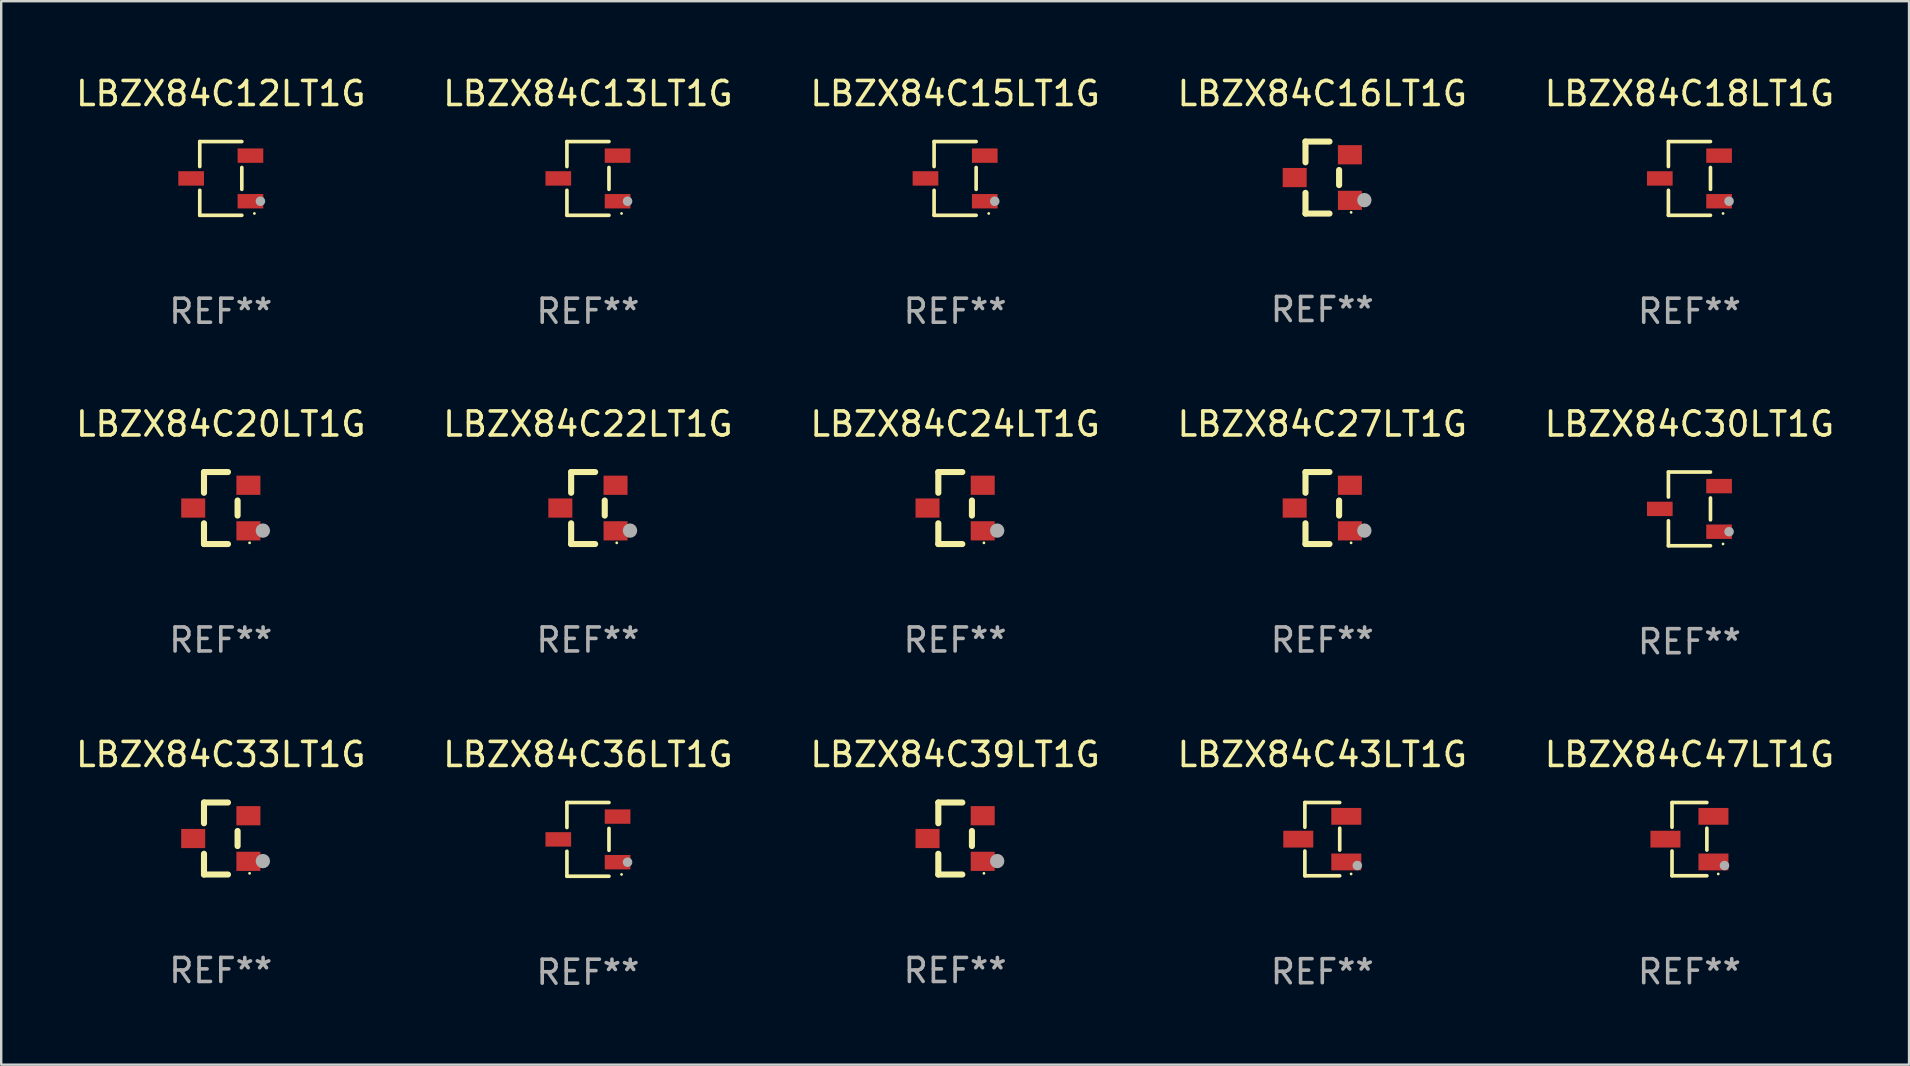
<source format=kicad_pcb>
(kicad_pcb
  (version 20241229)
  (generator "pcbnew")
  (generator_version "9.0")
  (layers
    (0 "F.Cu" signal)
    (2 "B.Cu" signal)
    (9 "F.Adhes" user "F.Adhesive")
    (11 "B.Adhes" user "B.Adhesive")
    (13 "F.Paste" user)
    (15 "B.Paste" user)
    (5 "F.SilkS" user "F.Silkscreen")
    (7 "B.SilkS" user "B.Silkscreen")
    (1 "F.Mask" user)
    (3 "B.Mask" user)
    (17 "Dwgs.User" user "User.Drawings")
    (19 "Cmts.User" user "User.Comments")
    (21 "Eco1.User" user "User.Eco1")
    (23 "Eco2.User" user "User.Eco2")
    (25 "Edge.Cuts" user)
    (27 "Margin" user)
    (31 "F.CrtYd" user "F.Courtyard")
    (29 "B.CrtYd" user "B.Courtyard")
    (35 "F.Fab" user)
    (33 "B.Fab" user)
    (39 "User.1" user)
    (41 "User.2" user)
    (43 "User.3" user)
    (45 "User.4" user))
  (footprint "LBZX84C27LT1G"
    (layer "F.Cu")
    (at 52.042 18.117)
    (property "Reference" "LBZX84C27LT1G" (at 0 -3.5 0) (layer "F.SilkS") (effects (font (size 1 1) (thickness 0.15))))
    (attr through_hole)
    (fp_line (start -0.7 -1.5) (end 0.3 -1.5) (stroke (width 0.254) (type solid)) (layer "F.SilkS"))
    (fp_line (start -0.7 -0.636) (end -0.7 -1.5) (stroke (width 0.254) (type solid)) (layer "F.SilkS"))
    (fp_line (start -0.7 1.5) (end -0.7 0.636) (stroke (width 0.254) (type solid)) (layer "F.SilkS"))
    (fp_line (start -0.7 1.5) (end 0.3 1.5) (stroke (width 0.254) (type solid)) (layer "F.SilkS"))
    (fp_line (start 0.7 0.314) (end 0.7 -0.314) (stroke (width 0.254) (type solid)) (layer "F.SilkS"))
    (fp_circle (center 1.2 1.45) (end 1.23 1.45) (stroke (width 0.06) (type solid)) (fill no) (layer "F.SilkS"))
    (fp_circle (center 1.753 0.94) (end 1.903 0.94) (stroke (width 0.3) (type solid)) (fill no) (layer "F.Fab"))
    (fp_text user "REF**" (at 0 5.5 0) (layer "F.Fab") (effects (font (size 1 1) (thickness 0.15))))
    (pad "1" smd rect (at 1.15 0.95 180) (size 1 0.8) (layers "F.Cu" "F.Mask" "F.Paste"))
    (pad "2" smd rect (at 1.15 -0.95 180) (size 1 0.8) (layers "F.Cu" "F.Mask" "F.Paste"))
    (pad "3" smd rect (at -1.15 -0.000051 180) (size 1 0.8) (layers "F.Cu" "F.Mask" "F.Paste")))
  (footprint "LBZX84C12LT1G"
    (layer "F.Cu")
    (at 6.149 4.384)
    (property "Reference" "LBZX84C12LT1G" (at 0 -3.536 0) (layer "F.SilkS") (effects (font (size 1 1) (thickness 0.15))))
    (attr through_hole)
    (fp_line (start -0.876 -1.536) (end -0.876 -0.495) (stroke (width 0.152) (type solid)) (layer "F.SilkS"))
    (fp_line (start -0.876 1.536) (end -0.876 0.495) (stroke (width 0.152) (type solid)) (layer "F.SilkS"))
    (fp_line (start 0.876 -1.536) (end -0.876 -1.536) (stroke (width 0.152) (type solid)) (layer "F.SilkS"))
    (fp_line (start 0.876 -0.455) (end 0.876 0.455) (stroke (width 0.152) (type solid)) (layer "F.SilkS"))
    (fp_line (start 0.876 1.536) (end -0.876 1.536) (stroke (width 0.152) (type solid)) (layer "F.SilkS"))
    (fp_circle (center 1.4 1.46) (end 1.43 1.46) (stroke (width 0.06) (type solid)) (fill no) (layer "F.SilkS"))
    (fp_circle (center 1.651 0.95) (end 1.751 0.95) (stroke (width 0.2) (type solid)) (fill no) (layer "F.Fab"))
    (fp_text user "REF**" (at 0 5.536 0) (layer "F.Fab") (effects (font (size 1 1) (thickness 0.15))))
    (pad "1" smd rect (at 1.235 0.95) (size 1.07 0.6) (layers "F.Cu" "F.Mask" "F.Paste"))
    (pad "2" smd rect (at 1.235 -0.95) (size 1.07 0.6) (layers "F.Cu" "F.Mask" "F.Paste"))
    (pad "3" smd rect (at -1.235 0) (size 1.07 0.6) (layers "F.Cu" "F.Mask" "F.Paste")))
  (footprint "LBZX84C22LT1G"
    (layer "F.Cu")
    (at 21.446 18.117)
    (property "Reference" "LBZX84C22LT1G" (at 0 -3.5 0) (layer "F.SilkS") (effects (font (size 1 1) (thickness 0.15))))
    (attr through_hole)
    (fp_line (start -0.7 -1.5) (end 0.3 -1.5) (stroke (width 0.254) (type solid)) (layer "F.SilkS"))
    (fp_line (start -0.7 -0.636) (end -0.7 -1.5) (stroke (width 0.254) (type solid)) (layer "F.SilkS"))
    (fp_line (start -0.7 1.5) (end -0.7 0.636) (stroke (width 0.254) (type solid)) (layer "F.SilkS"))
    (fp_line (start -0.7 1.5) (end 0.3 1.5) (stroke (width 0.254) (type solid)) (layer "F.SilkS"))
    (fp_line (start 0.7 0.314) (end 0.7 -0.314) (stroke (width 0.254) (type solid)) (layer "F.SilkS"))
    (fp_circle (center 1.2 1.45) (end 1.23 1.45) (stroke (width 0.06) (type solid)) (fill no) (layer "F.SilkS"))
    (fp_circle (center 1.753 0.94) (end 1.903 0.94) (stroke (width 0.3) (type solid)) (fill no) (layer "F.Fab"))
    (fp_text user "REF**" (at 0 5.5 0) (layer "F.Fab") (effects (font (size 1 1) (thickness 0.15))))
    (pad "1" smd rect (at 1.15 0.95 180) (size 1 0.8) (layers "F.Cu" "F.Mask" "F.Paste"))
    (pad "2" smd rect (at 1.15 -0.95 180) (size 1 0.8) (layers "F.Cu" "F.Mask" "F.Paste"))
    (pad "3" smd rect (at -1.15 -0.000051 180) (size 1 0.8) (layers "F.Cu" "F.Mask" "F.Paste")))
  (footprint "LBZX84C43LT1G"
    (layer "F.Cu")
    (at 52.042 31.912)
    (property "Reference" "LBZX84C43LT1G" (at 0 -3.526 0) (layer "F.SilkS") (effects (font (size 1 1) (thickness 0.15))))
    (attr through_hole)
    (fp_line (start -0.726 -1.526) (end -0.726 -0.495) (stroke (width 0.152) (type solid)) (layer "F.SilkS"))
    (fp_line (start -0.726 1.526) (end -0.726 0.495) (stroke (width 0.152) (type solid)) (layer "F.SilkS"))
    (fp_line (start 0.726 -1.526) (end -0.726 -1.526) (stroke (width 0.152) (type solid)) (layer "F.SilkS"))
    (fp_line (start 0.726 -0.455) (end 0.726 0.455) (stroke (width 0.152) (type solid)) (layer "F.SilkS"))
    (fp_line (start 0.726 1.526) (end -0.726 1.526) (stroke (width 0.152) (type solid)) (layer "F.SilkS"))
    (fp_circle (center 1.2 1.45) (end 1.23 1.45) (stroke (width 0.06) (type solid)) (fill no) (layer "F.SilkS"))
    (fp_circle (center 1.46 1.1) (end 1.56 1.1) (stroke (width 0.2) (type solid)) (fill no) (layer "F.Fab"))
    (fp_text user "REF**" (at 0 5.526 0) (layer "F.Fab") (effects (font (size 1 1) (thickness 0.15))))
    (pad "1" smd rect (at 1 0.95) (size 1.25 0.7) (layers "F.Cu" "F.Mask" "F.Paste"))
    (pad "2" smd rect (at 1 -0.95) (size 1.25 0.7) (layers "F.Cu" "F.Mask" "F.Paste"))
    (pad "3" smd rect (at -1 0) (size 1.25 0.7) (layers "F.Cu" "F.Mask" "F.Paste")))
  (footprint "LBZX84C30LT1G"
    (layer "F.Cu")
    (at 67.339 18.153)
    (property "Reference" "LBZX84C30LT1G" (at 0 -3.536 0) (layer "F.SilkS") (effects (font (size 1 1) (thickness 0.15))))
    (attr through_hole)
    (fp_line (start -0.876 -1.536) (end -0.876 -0.495) (stroke (width 0.152) (type solid)) (layer "F.SilkS"))
    (fp_line (start -0.876 1.536) (end -0.876 0.495) (stroke (width 0.152) (type solid)) (layer "F.SilkS"))
    (fp_line (start 0.876 -1.536) (end -0.876 -1.536) (stroke (width 0.152) (type solid)) (layer "F.SilkS"))
    (fp_line (start 0.876 -0.455) (end 0.876 0.455) (stroke (width 0.152) (type solid)) (layer "F.SilkS"))
    (fp_line (start 0.876 1.536) (end -0.876 1.536) (stroke (width 0.152) (type solid)) (layer "F.SilkS"))
    (fp_circle (center 1.4 1.46) (end 1.43 1.46) (stroke (width 0.06) (type solid)) (fill no) (layer "F.SilkS"))
    (fp_circle (center 1.651 0.95) (end 1.751 0.95) (stroke (width 0.2) (type solid)) (fill no) (layer "F.Fab"))
    (fp_text user "REF**" (at 0 5.536 0) (layer "F.Fab") (effects (font (size 1 1) (thickness 0.15))))
    (pad "1" smd rect (at 1.235 0.95) (size 1.07 0.6) (layers "F.Cu" "F.Mask" "F.Paste"))
    (pad "2" smd rect (at 1.235 -0.95) (size 1.07 0.6) (layers "F.Cu" "F.Mask" "F.Paste"))
    (pad "3" smd rect (at -1.235 0) (size 1.07 0.6) (layers "F.Cu" "F.Mask" "F.Paste")))
  (footprint "LBZX84C24LT1G"
    (layer "F.Cu")
    (at 36.744 18.117)
    (property "Reference" "LBZX84C24LT1G" (at 0 -3.5 0) (layer "F.SilkS") (effects (font (size 1 1) (thickness 0.15))))
    (attr through_hole)
    (fp_line (start -0.7 -1.5) (end 0.3 -1.5) (stroke (width 0.254) (type solid)) (layer "F.SilkS"))
    (fp_line (start -0.7 -0.636) (end -0.7 -1.5) (stroke (width 0.254) (type solid)) (layer "F.SilkS"))
    (fp_line (start -0.7 1.5) (end -0.7 0.636) (stroke (width 0.254) (type solid)) (layer "F.SilkS"))
    (fp_line (start -0.7 1.5) (end 0.3 1.5) (stroke (width 0.254) (type solid)) (layer "F.SilkS"))
    (fp_line (start 0.7 0.314) (end 0.7 -0.314) (stroke (width 0.254) (type solid)) (layer "F.SilkS"))
    (fp_circle (center 1.2 1.45) (end 1.23 1.45) (stroke (width 0.06) (type solid)) (fill no) (layer "F.SilkS"))
    (fp_circle (center 1.753 0.94) (end 1.903 0.94) (stroke (width 0.3) (type solid)) (fill no) (layer "F.Fab"))
    (fp_text user "REF**" (at 0 5.5 0) (layer "F.Fab") (effects (font (size 1 1) (thickness 0.15))))
    (pad "1" smd rect (at 1.15 0.95 180) (size 1 0.8) (layers "F.Cu" "F.Mask" "F.Paste"))
    (pad "2" smd rect (at 1.15 -0.95 180) (size 1 0.8) (layers "F.Cu" "F.Mask" "F.Paste"))
    (pad "3" smd rect (at -1.15 -0.000051 180) (size 1 0.8) (layers "F.Cu" "F.Mask" "F.Paste")))
  (footprint "LBZX84C39LT1G"
    (layer "F.Cu")
    (at 36.744 31.886)
    (property "Reference" "LBZX84C39LT1G" (at 0 -3.5 0) (layer "F.SilkS") (effects (font (size 1 1) (thickness 0.15))))
    (attr through_hole)
    (fp_line (start -0.7 -1.5) (end 0.3 -1.5) (stroke (width 0.254) (type solid)) (layer "F.SilkS"))
    (fp_line (start -0.7 -0.636) (end -0.7 -1.5) (stroke (width 0.254) (type solid)) (layer "F.SilkS"))
    (fp_line (start -0.7 1.5) (end -0.7 0.636) (stroke (width 0.254) (type solid)) (layer "F.SilkS"))
    (fp_line (start -0.7 1.5) (end 0.3 1.5) (stroke (width 0.254) (type solid)) (layer "F.SilkS"))
    (fp_line (start 0.7 0.314) (end 0.7 -0.314) (stroke (width 0.254) (type solid)) (layer "F.SilkS"))
    (fp_circle (center 1.2 1.45) (end 1.23 1.45) (stroke (width 0.06) (type solid)) (fill no) (layer "F.SilkS"))
    (fp_circle (center 1.753 0.94) (end 1.903 0.94) (stroke (width 0.3) (type solid)) (fill no) (layer "F.Fab"))
    (fp_text user "REF**" (at 0 5.5 0) (layer "F.Fab") (effects (font (size 1 1) (thickness 0.15))))
    (pad "1" smd rect (at 1.15 0.95 180) (size 1 0.8) (layers "F.Cu" "F.Mask" "F.Paste"))
    (pad "2" smd rect (at 1.15 -0.95 180) (size 1 0.8) (layers "F.Cu" "F.Mask" "F.Paste"))
    (pad "3" smd rect (at -1.15 -0.000051 180) (size 1 0.8) (layers "F.Cu" "F.Mask" "F.Paste")))
  (footprint "LBZX84C18LT1G"
    (layer "F.Cu")
    (at 67.339 4.384)
    (property "Reference" "LBZX84C18LT1G" (at 0 -3.536 0) (layer "F.SilkS") (effects (font (size 1 1) (thickness 0.15))))
    (attr through_hole)
    (fp_line (start -0.876 -1.536) (end -0.876 -0.495) (stroke (width 0.152) (type solid)) (layer "F.SilkS"))
    (fp_line (start -0.876 1.536) (end -0.876 0.495) (stroke (width 0.152) (type solid)) (layer "F.SilkS"))
    (fp_line (start 0.876 -1.536) (end -0.876 -1.536) (stroke (width 0.152) (type solid)) (layer "F.SilkS"))
    (fp_line (start 0.876 -0.455) (end 0.876 0.455) (stroke (width 0.152) (type solid)) (layer "F.SilkS"))
    (fp_line (start 0.876 1.536) (end -0.876 1.536) (stroke (width 0.152) (type solid)) (layer "F.SilkS"))
    (fp_circle (center 1.4 1.46) (end 1.43 1.46) (stroke (width 0.06) (type solid)) (fill no) (layer "F.SilkS"))
    (fp_circle (center 1.651 0.95) (end 1.751 0.95) (stroke (width 0.2) (type solid)) (fill no) (layer "F.Fab"))
    (fp_text user "REF**" (at 0 5.536 0) (layer "F.Fab") (effects (font (size 1 1) (thickness 0.15))))
    (pad "1" smd rect (at 1.235 0.95) (size 1.07 0.6) (layers "F.Cu" "F.Mask" "F.Paste"))
    (pad "2" smd rect (at 1.235 -0.95) (size 1.07 0.6) (layers "F.Cu" "F.Mask" "F.Paste"))
    (pad "3" smd rect (at -1.235 0) (size 1.07 0.6) (layers "F.Cu" "F.Mask" "F.Paste")))
  (footprint "LBZX84C16LT1G"
    (layer "F.Cu")
    (at 52.042 4.348)
    (property "Reference" "LBZX84C16LT1G" (at 0 -3.5 0) (layer "F.SilkS") (effects (font (size 1 1) (thickness 0.15))))
    (attr through_hole)
    (fp_line (start -0.7 -1.5) (end 0.3 -1.5) (stroke (width 0.254) (type solid)) (layer "F.SilkS"))
    (fp_line (start -0.7 -0.636) (end -0.7 -1.5) (stroke (width 0.254) (type solid)) (layer "F.SilkS"))
    (fp_line (start -0.7 1.5) (end -0.7 0.636) (stroke (width 0.254) (type solid)) (layer "F.SilkS"))
    (fp_line (start -0.7 1.5) (end 0.3 1.5) (stroke (width 0.254) (type solid)) (layer "F.SilkS"))
    (fp_line (start 0.7 0.314) (end 0.7 -0.314) (stroke (width 0.254) (type solid)) (layer "F.SilkS"))
    (fp_circle (center 1.2 1.45) (end 1.23 1.45) (stroke (width 0.06) (type solid)) (fill no) (layer "F.SilkS"))
    (fp_circle (center 1.753 0.94) (end 1.903 0.94) (stroke (width 0.3) (type solid)) (fill no) (layer "F.Fab"))
    (fp_text user "REF**" (at 0 5.5 0) (layer "F.Fab") (effects (font (size 1 1) (thickness 0.15))))
    (pad "1" smd rect (at 1.15 0.95 180) (size 1 0.8) (layers "F.Cu" "F.Mask" "F.Paste"))
    (pad "2" smd rect (at 1.15 -0.95 180) (size 1 0.8) (layers "F.Cu" "F.Mask" "F.Paste"))
    (pad "3" smd rect (at -1.15 -0.000051 180) (size 1 0.8) (layers "F.Cu" "F.Mask" "F.Paste")))
  (footprint "LBZX84C47LT1G"
    (layer "F.Cu")
    (at 67.339 31.912)
    (property "Reference" "LBZX84C47LT1G" (at 0 -3.526 0) (layer "F.SilkS") (effects (font (size 1 1) (thickness 0.15))))
    (attr through_hole)
    (fp_line (start -0.726 -1.526) (end -0.726 -0.495) (stroke (width 0.152) (type solid)) (layer "F.SilkS"))
    (fp_line (start -0.726 1.526) (end -0.726 0.495) (stroke (width 0.152) (type solid)) (layer "F.SilkS"))
    (fp_line (start 0.726 -1.526) (end -0.726 -1.526) (stroke (width 0.152) (type solid)) (layer "F.SilkS"))
    (fp_line (start 0.726 -0.455) (end 0.726 0.455) (stroke (width 0.152) (type solid)) (layer "F.SilkS"))
    (fp_line (start 0.726 1.526) (end -0.726 1.526) (stroke (width 0.152) (type solid)) (layer "F.SilkS"))
    (fp_circle (center 1.2 1.45) (end 1.23 1.45) (stroke (width 0.06) (type solid)) (fill no) (layer "F.SilkS"))
    (fp_circle (center 1.46 1.1) (end 1.56 1.1) (stroke (width 0.2) (type solid)) (fill no) (layer "F.Fab"))
    (fp_text user "REF**" (at 0 5.526 0) (layer "F.Fab") (effects (font (size 1 1) (thickness 0.15))))
    (pad "1" smd rect (at 1 0.95) (size 1.25 0.7) (layers "F.Cu" "F.Mask" "F.Paste"))
    (pad "2" smd rect (at 1 -0.95) (size 1.25 0.7) (layers "F.Cu" "F.Mask" "F.Paste"))
    (pad "3" smd rect (at -1 0) (size 1.25 0.7) (layers "F.Cu" "F.Mask" "F.Paste")))
  (footprint "LBZX84C33LT1G"
    (layer "F.Cu")
    (at 6.149 31.886)
    (property "Reference" "LBZX84C33LT1G" (at 0 -3.5 0) (layer "F.SilkS") (effects (font (size 1 1) (thickness 0.15))))
    (attr through_hole)
    (fp_line (start -0.7 -1.5) (end 0.3 -1.5) (stroke (width 0.254) (type solid)) (layer "F.SilkS"))
    (fp_line (start -0.7 -0.636) (end -0.7 -1.5) (stroke (width 0.254) (type solid)) (layer "F.SilkS"))
    (fp_line (start -0.7 1.5) (end -0.7 0.636) (stroke (width 0.254) (type solid)) (layer "F.SilkS"))
    (fp_line (start -0.7 1.5) (end 0.3 1.5) (stroke (width 0.254) (type solid)) (layer "F.SilkS"))
    (fp_line (start 0.7 0.314) (end 0.7 -0.314) (stroke (width 0.254) (type solid)) (layer "F.SilkS"))
    (fp_circle (center 1.2 1.45) (end 1.23 1.45) (stroke (width 0.06) (type solid)) (fill no) (layer "F.SilkS"))
    (fp_circle (center 1.753 0.94) (end 1.903 0.94) (stroke (width 0.3) (type solid)) (fill no) (layer "F.Fab"))
    (fp_text user "REF**" (at 0 5.5 0) (layer "F.Fab") (effects (font (size 1 1) (thickness 0.15))))
    (pad "1" smd rect (at 1.15 0.95 180) (size 1 0.8) (layers "F.Cu" "F.Mask" "F.Paste"))
    (pad "2" smd rect (at 1.15 -0.95 180) (size 1 0.8) (layers "F.Cu" "F.Mask" "F.Paste"))
    (pad "3" smd rect (at -1.15 -0.000051 180) (size 1 0.8) (layers "F.Cu" "F.Mask" "F.Paste")))
  (footprint "LBZX84C13LT1G"
    (layer "F.Cu")
    (at 21.446 4.384)
    (property "Reference" "LBZX84C13LT1G" (at 0 -3.536 0) (layer "F.SilkS") (effects (font (size 1 1) (thickness 0.15))))
    (attr through_hole)
    (fp_line (start -0.876 -1.536) (end -0.876 -0.495) (stroke (width 0.152) (type solid)) (layer "F.SilkS"))
    (fp_line (start -0.876 1.536) (end -0.876 0.495) (stroke (width 0.152) (type solid)) (layer "F.SilkS"))
    (fp_line (start 0.876 -1.536) (end -0.876 -1.536) (stroke (width 0.152) (type solid)) (layer "F.SilkS"))
    (fp_line (start 0.876 -0.455) (end 0.876 0.455) (stroke (width 0.152) (type solid)) (layer "F.SilkS"))
    (fp_line (start 0.876 1.536) (end -0.876 1.536) (stroke (width 0.152) (type solid)) (layer "F.SilkS"))
    (fp_circle (center 1.4 1.46) (end 1.43 1.46) (stroke (width 0.06) (type solid)) (fill no) (layer "F.SilkS"))
    (fp_circle (center 1.651 0.95) (end 1.751 0.95) (stroke (width 0.2) (type solid)) (fill no) (layer "F.Fab"))
    (fp_text user "REF**" (at 0 5.536 0) (layer "F.Fab") (effects (font (size 1 1) (thickness 0.15))))
    (pad "1" smd rect (at 1.235 0.95) (size 1.07 0.6) (layers "F.Cu" "F.Mask" "F.Paste"))
    (pad "2" smd rect (at 1.235 -0.95) (size 1.07 0.6) (layers "F.Cu" "F.Mask" "F.Paste"))
    (pad "3" smd rect (at -1.235 0) (size 1.07 0.6) (layers "F.Cu" "F.Mask" "F.Paste")))
  (footprint "LBZX84C15LT1G"
    (layer "F.Cu")
    (at 36.744 4.384)
    (property "Reference" "LBZX84C15LT1G" (at 0 -3.536 0) (layer "F.SilkS") (effects (font (size 1 1) (thickness 0.15))))
    (attr through_hole)
    (fp_line (start -0.876 -1.536) (end -0.876 -0.495) (stroke (width 0.152) (type solid)) (layer "F.SilkS"))
    (fp_line (start -0.876 1.536) (end -0.876 0.495) (stroke (width 0.152) (type solid)) (layer "F.SilkS"))
    (fp_line (start 0.876 -1.536) (end -0.876 -1.536) (stroke (width 0.152) (type solid)) (layer "F.SilkS"))
    (fp_line (start 0.876 -0.455) (end 0.876 0.455) (stroke (width 0.152) (type solid)) (layer "F.SilkS"))
    (fp_line (start 0.876 1.536) (end -0.876 1.536) (stroke (width 0.152) (type solid)) (layer "F.SilkS"))
    (fp_circle (center 1.4 1.46) (end 1.43 1.46) (stroke (width 0.06) (type solid)) (fill no) (layer "F.SilkS"))
    (fp_circle (center 1.651 0.95) (end 1.751 0.95) (stroke (width 0.2) (type solid)) (fill no) (layer "F.Fab"))
    (fp_text user "REF**" (at 0 5.536 0) (layer "F.Fab") (effects (font (size 1 1) (thickness 0.15))))
    (pad "1" smd rect (at 1.235 0.95) (size 1.07 0.6) (layers "F.Cu" "F.Mask" "F.Paste"))
    (pad "2" smd rect (at 1.235 -0.95) (size 1.07 0.6) (layers "F.Cu" "F.Mask" "F.Paste"))
    (pad "3" smd rect (at -1.235 0) (size 1.07 0.6) (layers "F.Cu" "F.Mask" "F.Paste")))
  (footprint "LBZX84C36LT1G"
    (layer "F.Cu")
    (at 21.446 31.922)
    (property "Reference" "LBZX84C36LT1G" (at 0 -3.536 0) (layer "F.SilkS") (effects (font (size 1 1) (thickness 0.15))))
    (attr through_hole)
    (fp_line (start -0.876 -1.536) (end -0.876 -0.495) (stroke (width 0.152) (type solid)) (layer "F.SilkS"))
    (fp_line (start -0.876 1.536) (end -0.876 0.495) (stroke (width 0.152) (type solid)) (layer "F.SilkS"))
    (fp_line (start 0.876 -1.536) (end -0.876 -1.536) (stroke (width 0.152) (type solid)) (layer "F.SilkS"))
    (fp_line (start 0.876 -0.455) (end 0.876 0.455) (stroke (width 0.152) (type solid)) (layer "F.SilkS"))
    (fp_line (start 0.876 1.536) (end -0.876 1.536) (stroke (width 0.152) (type solid)) (layer "F.SilkS"))
    (fp_circle (center 1.4 1.46) (end 1.43 1.46) (stroke (width 0.06) (type solid)) (fill no) (layer "F.SilkS"))
    (fp_circle (center 1.651 0.95) (end 1.751 0.95) (stroke (width 0.2) (type solid)) (fill no) (layer "F.Fab"))
    (fp_text user "REF**" (at 0 5.536 0) (layer "F.Fab") (effects (font (size 1 1) (thickness 0.15))))
    (pad "1" smd rect (at 1.235 0.95) (size 1.07 0.6) (layers "F.Cu" "F.Mask" "F.Paste"))
    (pad "2" smd rect (at 1.235 -0.95) (size 1.07 0.6) (layers "F.Cu" "F.Mask" "F.Paste"))
    (pad "3" smd rect (at -1.235 0) (size 1.07 0.6) (layers "F.Cu" "F.Mask" "F.Paste")))
  (footprint "LBZX84C20LT1G"
    (layer "F.Cu")
    (at 6.149 18.117)
    (property "Reference" "LBZX84C20LT1G" (at 0 -3.5 0) (layer "F.SilkS") (effects (font (size 1 1) (thickness 0.15))))
    (attr through_hole)
    (fp_line (start -0.7 -1.5) (end 0.3 -1.5) (stroke (width 0.254) (type solid)) (layer "F.SilkS"))
    (fp_line (start -0.7 -0.636) (end -0.7 -1.5) (stroke (width 0.254) (type solid)) (layer "F.SilkS"))
    (fp_line (start -0.7 1.5) (end -0.7 0.636) (stroke (width 0.254) (type solid)) (layer "F.SilkS"))
    (fp_line (start -0.7 1.5) (end 0.3 1.5) (stroke (width 0.254) (type solid)) (layer "F.SilkS"))
    (fp_line (start 0.7 0.314) (end 0.7 -0.314) (stroke (width 0.254) (type solid)) (layer "F.SilkS"))
    (fp_circle (center 1.2 1.45) (end 1.23 1.45) (stroke (width 0.06) (type solid)) (fill no) (layer "F.SilkS"))
    (fp_circle (center 1.753 0.94) (end 1.903 0.94) (stroke (width 0.3) (type solid)) (fill no) (layer "F.Fab"))
    (fp_text user "REF**" (at 0 5.5 0) (layer "F.Fab") (effects (font (size 1 1) (thickness 0.15))))
    (pad "1" smd rect (at 1.15 0.95 180) (size 1 0.8) (layers "F.Cu" "F.Mask" "F.Paste"))
    (pad "2" smd rect (at 1.15 -0.95 180) (size 1 0.8) (layers "F.Cu" "F.Mask" "F.Paste"))
    (pad "3" smd rect (at -1.15 -0.000051 180) (size 1 0.8) (layers "F.Cu" "F.Mask" "F.Paste")))
  (gr_rect
    (start -3 -3)
    (end 76.488 41.307)
    (stroke (width 0.1) (type default))
    (fill no)
    (layer "Edge.Cuts")))
</source>
